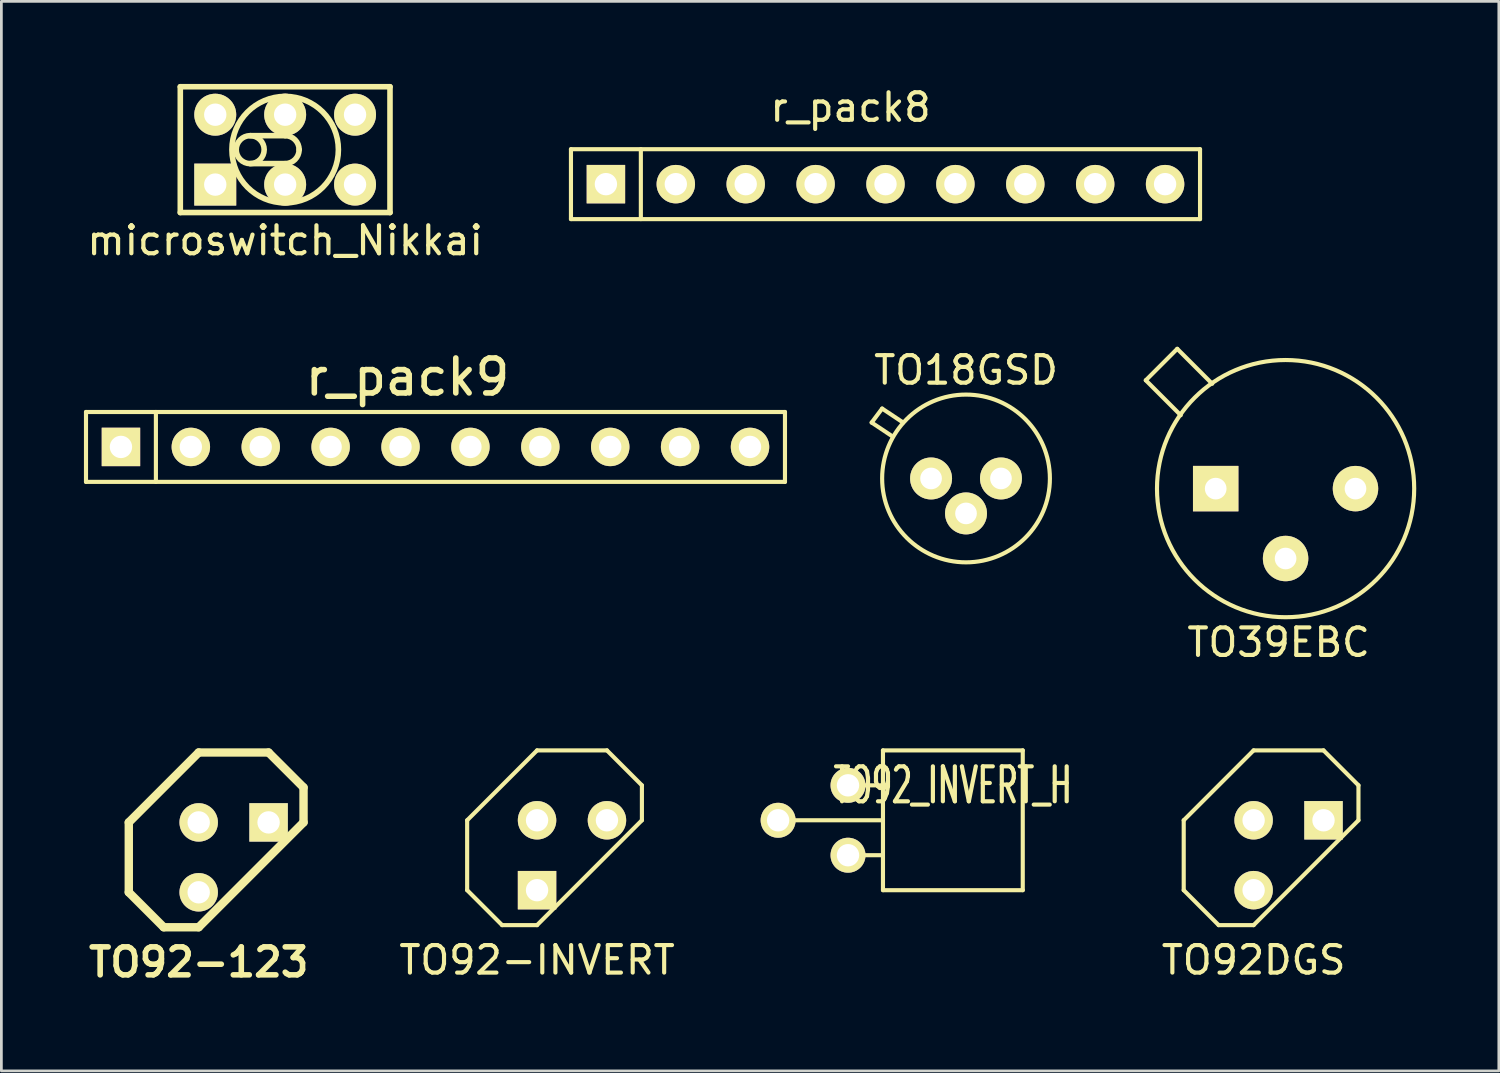
<source format=kicad_pcb>
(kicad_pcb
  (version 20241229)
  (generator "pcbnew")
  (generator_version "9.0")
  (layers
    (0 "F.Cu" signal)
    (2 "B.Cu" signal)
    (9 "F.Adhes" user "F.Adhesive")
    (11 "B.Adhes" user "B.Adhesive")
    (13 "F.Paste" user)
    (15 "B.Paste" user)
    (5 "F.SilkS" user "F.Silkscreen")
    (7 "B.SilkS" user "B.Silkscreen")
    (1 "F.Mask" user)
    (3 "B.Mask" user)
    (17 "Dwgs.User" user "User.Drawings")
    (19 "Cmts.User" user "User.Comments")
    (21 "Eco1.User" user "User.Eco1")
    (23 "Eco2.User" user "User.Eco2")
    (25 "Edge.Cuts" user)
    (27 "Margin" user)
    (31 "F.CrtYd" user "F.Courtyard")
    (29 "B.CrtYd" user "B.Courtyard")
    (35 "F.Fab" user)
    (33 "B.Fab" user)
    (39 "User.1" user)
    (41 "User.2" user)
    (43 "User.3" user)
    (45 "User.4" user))
  (footprint "TO92_INVERT_H"
    (layer "F.Cu")
    (at 26.496 26.758)
    (property "Reference" "TO92_INVERT_H" (at 5.08 -1.27 0) (layer "F.SilkS") (effects (font (size 1.27 0.762) (thickness 0.152))))
    (attr through_hole)
    (fp_line (start -1.27 0) (end 2.54 0) (stroke (width 0.15) (type solid)) (layer "F.SilkS"))
    (fp_line (start 1.27 -1.27) (end 2.54 -1.27) (stroke (width 0.15) (type solid)) (layer "F.SilkS"))
    (fp_line (start 1.27 1.27) (end 2.54 1.27) (stroke (width 0.15) (type solid)) (layer "F.SilkS"))
    (fp_line (start 2.54 -2.54) (end 7.62 -2.54) (stroke (width 0.15) (type solid)) (layer "F.SilkS"))
    (fp_line (start 2.54 2.54) (end 2.54 -2.54) (stroke (width 0.15) (type solid)) (layer "F.SilkS"))
    (fp_line (start 7.62 -2.54) (end 7.62 2.54) (stroke (width 0.15) (type solid)) (layer "F.SilkS"))
    (fp_line (start 7.62 2.54) (end 2.54 2.54) (stroke (width 0.15) (type solid)) (layer "F.SilkS"))
    (pad "1" thru_hole circle (at 1.27 -1.27) (size 1.27 1.27) (drill 0.813) (layers "*.Cu" "*.Mask" "F.SilkS"))
    (pad "2" thru_hole circle (at -1.27 0) (size 1.27 1.27) (drill 0.813) (layers "*.Cu" "*.Mask" "F.SilkS"))
    (pad "3" thru_hole circle (at 1.27 1.27) (size 1.27 1.27) (drill 0.813) (layers "*.Cu" "*.Mask" "F.SilkS")))
  (footprint "TO18GSD"
    (layer "F.Cu")
    (at 32.054 14.337)
    (property "Reference" "TO18GSD" (at 0 -3.937 0) (layer "F.SilkS") (effects (font (size 1 1) (thickness 0.15))))
    (attr through_hole)
    (fp_line (start -3.429 -2.032) (end -3.048 -2.54) (stroke (width 0.15) (type solid)) (layer "F.SilkS"))
    (fp_line (start -3.048 -2.54) (end -2.286 -2.032) (stroke (width 0.15) (type solid)) (layer "F.SilkS"))
    (fp_line (start -2.667 -1.524) (end -3.429 -2.032) (stroke (width 0.15) (type solid)) (layer "F.SilkS"))
    (fp_circle (center 0 0) (end -3.048 0) (stroke (width 0.15) (type solid)) (fill no) (layer "F.SilkS"))
    (pad "D" thru_hole circle (at 0 1.27) (size 1.524 1.524) (drill 0.787) (layers "*.Cu" "*.Mask" "F.SilkS"))
    (pad "G" thru_hole circle (at 1.27 0) (size 1.524 1.524) (drill 0.787) (layers "*.Cu" "*.Mask" "F.SilkS"))
    (pad "S" thru_hole circle (at -1.27 0) (size 1.524 1.524) (drill 0.787) (layers "*.Cu" "*.Mask" "F.SilkS")))
  (footprint "TO39EBC"
    (layer "F.Cu")
    (at 43.667 14.706)
    (property "Reference" "TO39EBC" (at -0.254 5.588 0) (layer "F.SilkS") (effects (font (size 1 1) (thickness 0.15))))
    (attr through_hole)
    (fp_line (start -3.937 -5.08) (end -5.08 -3.937) (stroke (width 0.15) (type solid)) (layer "F.SilkS"))
    (fp_line (start -3.81 -2.667) (end -5.08 -3.937) (stroke (width 0.15) (type solid)) (layer "F.SilkS"))
    (fp_line (start -2.667 -3.81) (end -3.937 -5.08) (stroke (width 0.15) (type solid)) (layer "F.SilkS"))
    (fp_circle (center 0 0) (end 3.175 3.429) (stroke (width 0.15) (type solid)) (fill no) (layer "F.SilkS"))
    (pad "1" thru_hole rect (at -2.54 0) (size 1.651 1.651) (drill 0.787) (layers "*.Cu" "*.Mask" "F.SilkS"))
    (pad "2" thru_hole circle (at 0 2.54) (size 1.651 1.651) (drill 0.787) (layers "*.Cu" "*.Mask" "F.SilkS"))
    (pad "3" thru_hole circle (at 2.54 0) (size 1.651 1.651) (drill 0.787) (layers "*.Cu" "*.Mask" "F.SilkS")))
  (footprint "TO92-123"
    (layer "F.Cu")
    (at 5.44 28.105)
    (property "Reference" "TO92-123" (at -1.27 3.81 0) (layer "F.SilkS") (effects (font (size 1.016 1.016) (thickness 0.203))))
    (attr through_hole)
    (fp_line (start -3.81 -1.27) (end -3.81 1.27) (stroke (width 0.305) (type solid)) (layer "F.SilkS"))
    (fp_line (start -3.81 1.27) (end -2.54 2.54) (stroke (width 0.305) (type solid)) (layer "F.SilkS"))
    (fp_line (start -2.54 2.54) (end -1.27 2.54) (stroke (width 0.305) (type solid)) (layer "F.SilkS"))
    (fp_line (start -1.27 -3.81) (end -3.81 -1.27) (stroke (width 0.305) (type solid)) (layer "F.SilkS"))
    (fp_line (start -1.27 2.54) (end 2.54 -1.27) (stroke (width 0.305) (type solid)) (layer "F.SilkS"))
    (fp_line (start 1.27 -3.81) (end -1.27 -3.81) (stroke (width 0.305) (type solid)) (layer "F.SilkS"))
    (fp_line (start 2.54 -2.54) (end 1.27 -3.81) (stroke (width 0.305) (type solid)) (layer "F.SilkS"))
    (fp_line (start 2.54 -1.27) (end 2.54 -2.54) (stroke (width 0.305) (type solid)) (layer "F.SilkS"))
    (pad "1" thru_hole circle (at -1.27 1.27) (size 1.397 1.397) (drill 0.813) (layers "*.Cu" "*.Mask" "F.SilkS"))
    (pad "2" thru_hole circle (at -1.27 -1.27) (size 1.397 1.397) (drill 0.813) (layers "*.Cu" "*.Mask" "F.SilkS"))
    (pad "3" thru_hole rect (at 1.27 -1.27) (size 1.397 1.397) (drill 0.813) (layers "*.Cu" "*.Mask" "F.SilkS")))
  (footprint "r_pack9"
    (layer "F.Cu")
    (at 12.775 13.191)
    (property "Reference" "r_pack9" (at -1.016 -2.54 0) (layer "F.SilkS") (effects (font (size 1.27 1.27) (thickness 0.203))))
    (attr through_hole)
    (fp_line (start -12.7 -1.27) (end 12.7 -1.27) (stroke (width 0.15) (type solid)) (layer "F.SilkS"))
    (fp_line (start -12.7 1.27) (end -12.7 -1.27) (stroke (width 0.15) (type solid)) (layer "F.SilkS"))
    (fp_line (start -10.16 1.27) (end -10.16 -1.27) (stroke (width 0.15) (type solid)) (layer "F.SilkS"))
    (fp_line (start 12.7 -1.27) (end 12.7 1.27) (stroke (width 0.15) (type solid)) (layer "F.SilkS"))
    (fp_line (start 12.7 1.27) (end -12.7 1.27) (stroke (width 0.15) (type solid)) (layer "F.SilkS"))
    (pad "1" thru_hole rect (at -11.43 0) (size 1.397 1.397) (drill 0.813) (layers "*.Cu" "*.Mask" "F.SilkS"))
    (pad "2" thru_hole circle (at -8.89 0) (size 1.397 1.397) (drill 0.813) (layers "*.Cu" "*.Mask" "F.SilkS"))
    (pad "3" thru_hole circle (at -6.35 0) (size 1.397 1.397) (drill 0.813) (layers "*.Cu" "*.Mask" "F.SilkS"))
    (pad "4" thru_hole circle (at -3.81 0) (size 1.397 1.397) (drill 0.813) (layers "*.Cu" "*.Mask" "F.SilkS"))
    (pad "5" thru_hole circle (at -1.27 0) (size 1.397 1.397) (drill 0.813) (layers "*.Cu" "*.Mask" "F.SilkS"))
    (pad "6" thru_hole circle (at 1.27 0) (size 1.397 1.397) (drill 0.813) (layers "*.Cu" "*.Mask" "F.SilkS"))
    (pad "7" thru_hole circle (at 3.81 0) (size 1.397 1.397) (drill 0.813) (layers "*.Cu" "*.Mask" "F.SilkS"))
    (pad "8" thru_hole circle (at 6.35 0) (size 1.397 1.397) (drill 0.813) (layers "*.Cu" "*.Mask" "F.SilkS"))
    (pad "9" thru_hole circle (at 8.89 0) (size 1.397 1.397) (drill 0.813) (layers "*.Cu" "*.Mask" "F.SilkS"))
    (pad "10" thru_hole circle (at 11.43 0) (size 1.397 1.397) (drill 0.813) (layers "*.Cu" "*.Mask" "F.SilkS")))
  (footprint "microswitch_Nikkai"
    (layer "F.Cu")
    (at 7.312 2.388)
    (property "Reference" "microswitch_Nikkai" (at 0 3.302 0) (layer "F.SilkS") (effects (font (size 1.016 1.016) (thickness 0.152))))
    (attr through_hole)
    (fp_line (start -3.81 -2.286) (end -3.81 2.286) (stroke (width 0.203) (type solid)) (layer "F.SilkS"))
    (fp_line (start -3.81 -2.286) (end 3.81 -2.286) (stroke (width 0.203) (type solid)) (layer "F.SilkS"))
    (fp_line (start -1.27 -0.508) (end 0 -0.508) (stroke (width 0.203) (type solid)) (layer "F.SilkS"))
    (fp_line (start 0 0.508) (end -1.27 0.508) (stroke (width 0.203) (type solid)) (layer "F.SilkS"))
    (fp_line (start 3.81 -2.286) (end 3.81 2.286) (stroke (width 0.203) (type solid)) (layer "F.SilkS"))
    (fp_line (start 3.81 2.286) (end -3.81 2.286) (stroke (width 0.203) (type solid)) (layer "F.SilkS"))
    (fp_arc (start 0 -0.508) (mid 0.35921 -0.35921) (end 0.508 0) (stroke (width 0.2032) (type solid)) (layer "F.SilkS"))
    (fp_arc (start 0.508 0) (mid 0.35921 0.35921) (end 0 0.508) (stroke (width 0.2032) (type solid)) (layer "F.SilkS"))
    (fp_circle (center -1.27 0) (end -1.778 0) (stroke (width 0.203) (type solid)) (fill no) (layer "F.SilkS"))
    (fp_circle (center 0 0) (end -0.762 -1.778) (stroke (width 0.203) (type solid)) (fill no) (layer "F.SilkS"))
    (pad "1" thru_hole rect (at -2.54 1.27) (size 1.524 1.524) (drill 0.813) (layers "*.Cu" "*.Mask" "F.SilkS"))
    (pad "2" thru_hole circle (at 0 1.27) (size 1.524 1.524) (drill 0.813) (layers "*.Cu" "*.Mask" "F.SilkS"))
    (pad "3" thru_hole circle (at 2.54 1.27) (size 1.524 1.524) (drill 0.813) (layers "*.Cu" "*.Mask" "F.SilkS"))
    (pad "4" thru_hole circle (at 2.54 -1.27) (size 1.524 1.524) (drill 0.813) (layers "*.Cu" "*.Mask" "F.SilkS"))
    (pad "5" thru_hole circle (at 0 -1.27) (size 1.524 1.524) (drill 0.813) (layers "*.Cu" "*.Mask" "F.SilkS"))
    (pad "6" thru_hole circle (at -2.54 -1.27) (size 1.524 1.524) (drill 0.813) (layers "*.Cu" "*.Mask" "F.SilkS")))
  (footprint "r_pack8"
    (layer "F.Cu")
    (at 29.128 3.642)
    (property "Reference" "r_pack8" (at -1.27 -2.794 0) (layer "F.SilkS") (effects (font (size 1 1) (thickness 0.15))))
    (attr through_hole)
    (fp_line (start -11.43 1.27) (end -11.43 -1.27) (stroke (width 0.15) (type solid)) (layer "F.SilkS"))
    (fp_line (start -8.89 -1.27) (end -8.89 1.27) (stroke (width 0.15) (type solid)) (layer "F.SilkS"))
    (fp_line (start 11.43 -1.27) (end -11.43 -1.27) (stroke (width 0.15) (type solid)) (layer "F.SilkS"))
    (fp_line (start 11.43 -1.27) (end 11.43 1.27) (stroke (width 0.15) (type solid)) (layer "F.SilkS"))
    (fp_line (start 11.43 1.27) (end -11.43 1.27) (stroke (width 0.15) (type solid)) (layer "F.SilkS"))
    (pad "1" thru_hole rect (at -10.16 0) (size 1.397 1.397) (drill 0.813) (layers "*.Cu" "*.Mask" "F.SilkS"))
    (pad "2" thru_hole circle (at -7.62 0) (size 1.397 1.397) (drill 0.813) (layers "*.Cu" "*.Mask" "F.SilkS"))
    (pad "3" thru_hole circle (at -5.08 0) (size 1.397 1.397) (drill 0.813) (layers "*.Cu" "*.Mask" "F.SilkS"))
    (pad "4" thru_hole circle (at -2.54 0) (size 1.397 1.397) (drill 0.813) (layers "*.Cu" "*.Mask" "F.SilkS"))
    (pad "5" thru_hole circle (at 0 0) (size 1.397 1.397) (drill 0.813) (layers "*.Cu" "*.Mask" "F.SilkS"))
    (pad "6" thru_hole circle (at 2.54 0) (size 1.397 1.397) (drill 0.813) (layers "*.Cu" "*.Mask" "F.SilkS"))
    (pad "7" thru_hole circle (at 5.08 0) (size 1.397 1.397) (drill 0.813) (layers "*.Cu" "*.Mask" "F.SilkS"))
    (pad "8" thru_hole circle (at 7.62 0) (size 1.397 1.397) (drill 0.813) (layers "*.Cu" "*.Mask" "F.SilkS"))
    (pad "9" thru_hole circle (at 10.16 0) (size 1.397 1.397) (drill 0.813) (layers "*.Cu" "*.Mask" "F.SilkS")))
  (footprint "TO92-INVERT"
    (layer "F.Cu")
    (at 17.736 28.028)
    (property "Reference" "TO92-INVERT" (at -1.27 3.81 0) (layer "F.SilkS") (effects (font (size 1 1) (thickness 0.15))))
    (attr through_hole)
    (fp_line (start -3.81 -1.27) (end -3.81 1.27) (stroke (width 0.15) (type solid)) (layer "F.SilkS"))
    (fp_line (start -3.81 1.27) (end -2.54 2.54) (stroke (width 0.15) (type solid)) (layer "F.SilkS"))
    (fp_line (start -2.54 2.54) (end -1.27 2.54) (stroke (width 0.15) (type solid)) (layer "F.SilkS"))
    (fp_line (start -1.27 -3.81) (end -3.81 -1.27) (stroke (width 0.15) (type solid)) (layer "F.SilkS"))
    (fp_line (start -1.27 2.54) (end 2.54 -1.27) (stroke (width 0.15) (type solid)) (layer "F.SilkS"))
    (fp_line (start 1.27 -3.81) (end -1.27 -3.81) (stroke (width 0.15) (type solid)) (layer "F.SilkS"))
    (fp_line (start 2.54 -2.54) (end 1.27 -3.81) (stroke (width 0.15) (type solid)) (layer "F.SilkS"))
    (fp_line (start 2.54 -1.27) (end 2.54 -2.54) (stroke (width 0.15) (type solid)) (layer "F.SilkS"))
    (pad "1" thru_hole rect (at -1.27 1.27) (size 1.397 1.397) (drill 0.813) (layers "*.Cu" "*.Mask" "F.SilkS"))
    (pad "2" thru_hole circle (at -1.27 -1.27) (size 1.397 1.397) (drill 0.813) (layers "*.Cu" "*.Mask" "F.SilkS"))
    (pad "3" thru_hole circle (at 1.27 -1.27) (size 1.397 1.397) (drill 0.813) (layers "*.Cu" "*.Mask" "F.SilkS")))
  (footprint "TO92DGS"
    (layer "F.Cu")
    (at 43.775 28.028)
    (property "Reference" "TO92DGS" (at -1.27 3.81 0) (layer "F.SilkS") (effects (font (size 1 1) (thickness 0.15))))
    (attr through_hole)
    (fp_line (start -3.81 -1.27) (end -3.81 1.27) (stroke (width 0.15) (type solid)) (layer "F.SilkS"))
    (fp_line (start -3.81 1.27) (end -2.54 2.54) (stroke (width 0.15) (type solid)) (layer "F.SilkS"))
    (fp_line (start -2.54 2.54) (end -1.27 2.54) (stroke (width 0.15) (type solid)) (layer "F.SilkS"))
    (fp_line (start -1.27 -3.81) (end -3.81 -1.27) (stroke (width 0.15) (type solid)) (layer "F.SilkS"))
    (fp_line (start -1.27 2.54) (end 2.54 -1.27) (stroke (width 0.15) (type solid)) (layer "F.SilkS"))
    (fp_line (start 1.27 -3.81) (end -1.27 -3.81) (stroke (width 0.15) (type solid)) (layer "F.SilkS"))
    (fp_line (start 2.54 -2.54) (end 1.27 -3.81) (stroke (width 0.15) (type solid)) (layer "F.SilkS"))
    (fp_line (start 2.54 -1.27) (end 2.54 -2.54) (stroke (width 0.15) (type solid)) (layer "F.SilkS"))
    (pad "D" thru_hole rect (at 1.27 -1.27) (size 1.397 1.397) (drill 0.813) (layers "*.Cu" "*.Mask" "F.SilkS"))
    (pad "G" thru_hole circle (at -1.27 -1.27) (size 1.397 1.397) (drill 0.813) (layers "*.Cu" "*.Mask" "F.SilkS"))
    (pad "S" thru_hole circle (at -1.27 1.27) (size 1.397 1.397) (drill 0.813) (layers "*.Cu" "*.Mask" "F.SilkS")))
  (gr_rect
    (start -3 -3)
    (end 51.416 35.866)
    (stroke (width 0.1) (type default))
    (fill no)
    (layer "Edge.Cuts")))
</source>
